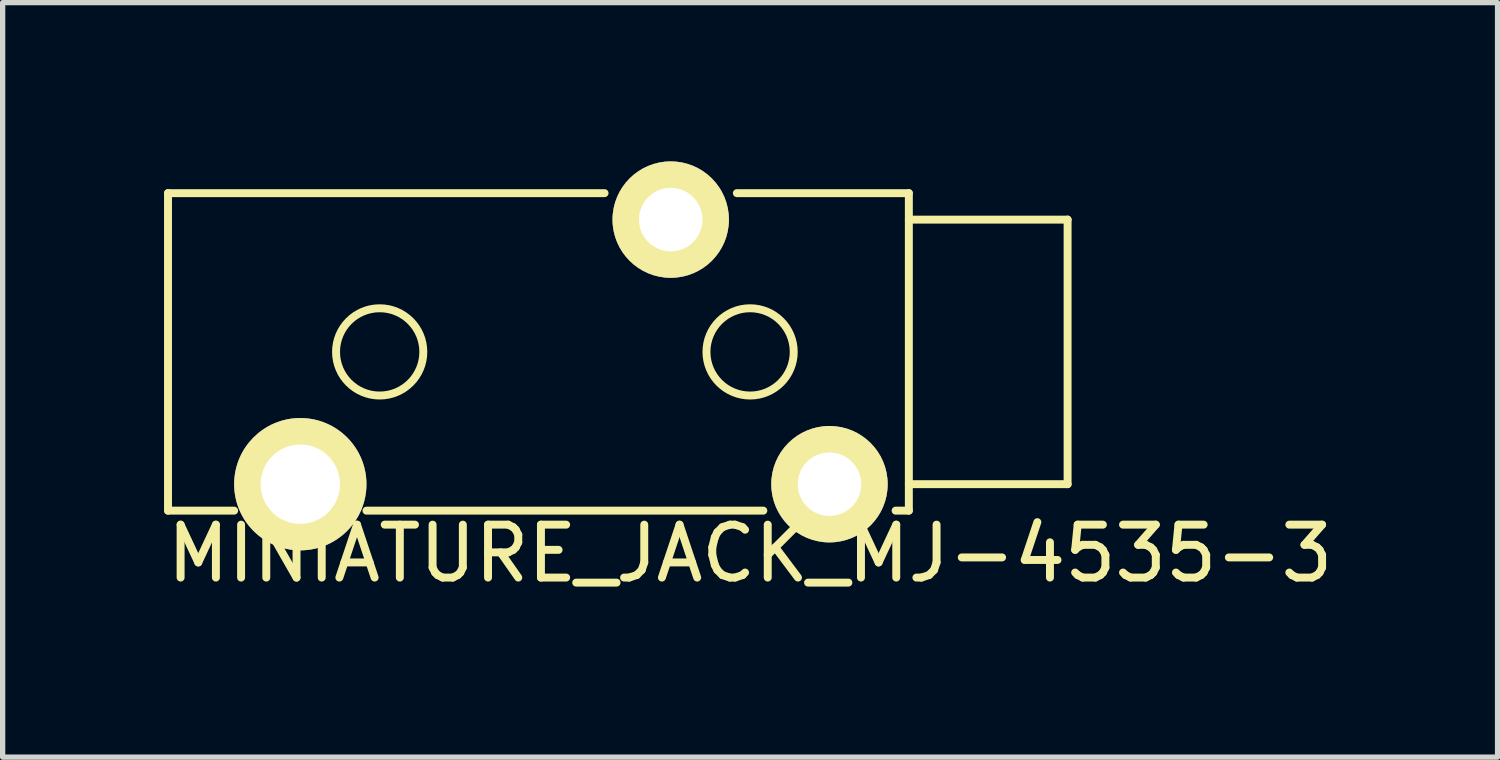
<source format=kicad_pcb>
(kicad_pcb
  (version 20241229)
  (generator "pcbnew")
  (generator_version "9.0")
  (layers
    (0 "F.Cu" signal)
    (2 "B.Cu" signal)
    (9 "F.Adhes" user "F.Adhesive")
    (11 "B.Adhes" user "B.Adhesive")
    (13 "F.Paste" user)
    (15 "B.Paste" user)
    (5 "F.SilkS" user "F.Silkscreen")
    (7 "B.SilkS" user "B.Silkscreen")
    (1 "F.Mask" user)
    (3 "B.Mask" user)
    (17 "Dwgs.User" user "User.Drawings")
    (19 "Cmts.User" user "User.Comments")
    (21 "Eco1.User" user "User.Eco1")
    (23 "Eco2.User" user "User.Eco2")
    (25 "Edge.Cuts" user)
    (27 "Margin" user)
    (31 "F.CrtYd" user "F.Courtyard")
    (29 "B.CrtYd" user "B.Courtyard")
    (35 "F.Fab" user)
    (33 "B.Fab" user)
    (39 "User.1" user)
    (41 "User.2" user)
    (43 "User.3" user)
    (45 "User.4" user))
  (footprint "MINIATURE_JACK_MJ-4535-3"
    (layer "F.Cu")
    (at 11.125 3.6)
    (property "Reference" "MINIATURE_JACK_MJ-4535-3" (at 0 3.81 0) (layer "F.SilkS") (effects (font (size 1 1) (thickness 0.15))))
    (attr through_hole)
    (fp_line (start -11 -3) (end -11 3) (stroke (width 0.15) (type solid)) (layer "F.SilkS"))
    (fp_line (start -11 3) (end -9.75 3) (stroke (width 0.15) (type solid)) (layer "F.SilkS"))
    (fp_line (start -7.25 3) (end 0.25 3) (stroke (width 0.15) (type solid)) (layer "F.SilkS"))
    (fp_line (start -2.75 -3) (end -11 -3) (stroke (width 0.15) (type solid)) (layer "F.SilkS"))
    (fp_line (start -0.25 -3) (end 3 -3) (stroke (width 0.15) (type solid)) (layer "F.SilkS"))
    (fp_line (start 2.75 3) (end 3 3) (stroke (width 0.15) (type solid)) (layer "F.SilkS"))
    (fp_line (start 3 -3) (end 3 3) (stroke (width 0.15) (type solid)) (layer "F.SilkS"))
    (fp_line (start 3 -2.5) (end 6 -2.5) (stroke (width 0.15) (type solid)) (layer "F.SilkS"))
    (fp_line (start 6 -2.5) (end 6 2.5) (stroke (width 0.15) (type solid)) (layer "F.SilkS"))
    (fp_line (start 6 2.5) (end 3 2.5) (stroke (width 0.15) (type solid)) (layer "F.SilkS"))
    (fp_circle (center -7 0) (end -6.8 0.8) (stroke (width 0.15) (type solid)) (fill no) (layer "F.SilkS"))
    (fp_circle (center 0 0) (end -0.2 0.8) (stroke (width 0.15) (type solid)) (fill no) (layer "F.SilkS"))
    (pad "1" thru_hole circle (at -8.5 2.5) (size 2.5 2.5) (drill 1.5) (layers "*.Cu" "*.Mask" "F.SilkS"))
    (pad "2" thru_hole circle (at 1.5 2.5) (size 2.2 2.2) (drill 1.2) (layers "*.Cu" "*.Mask" "F.SilkS"))
    (pad "4" thru_hole circle (at -1.5 -2.5) (size 2.2 2.2) (drill 1.2) (layers "*.Cu" "*.Mask" "F.SilkS")))
  (gr_rect
    (start -3 -3)
    (end 25.25 11.258)
    (stroke (width 0.1) (type default))
    (fill no)
    (layer "Edge.Cuts")))
</source>
